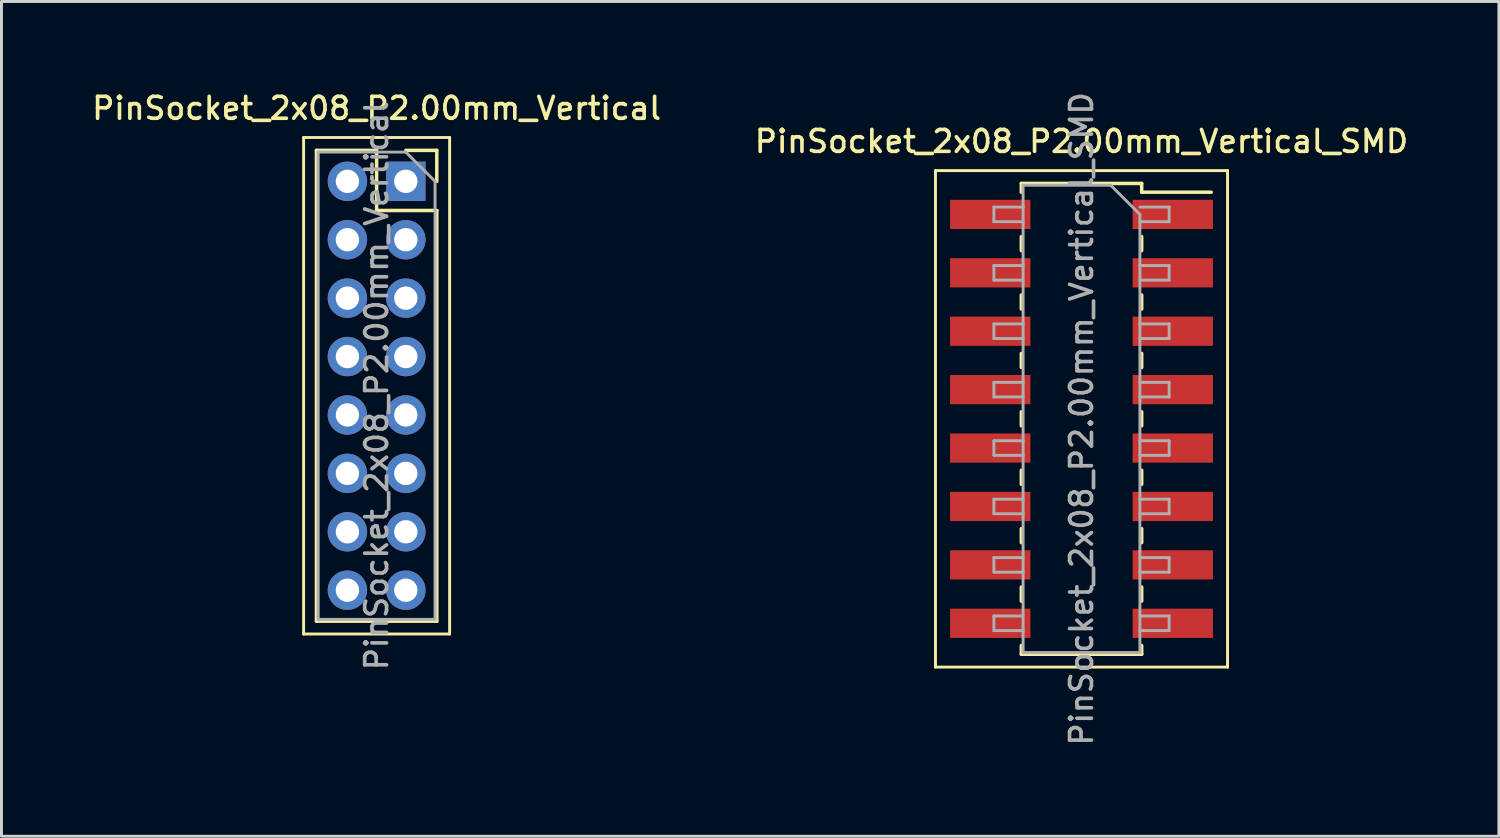
<source format=kicad_pcb>
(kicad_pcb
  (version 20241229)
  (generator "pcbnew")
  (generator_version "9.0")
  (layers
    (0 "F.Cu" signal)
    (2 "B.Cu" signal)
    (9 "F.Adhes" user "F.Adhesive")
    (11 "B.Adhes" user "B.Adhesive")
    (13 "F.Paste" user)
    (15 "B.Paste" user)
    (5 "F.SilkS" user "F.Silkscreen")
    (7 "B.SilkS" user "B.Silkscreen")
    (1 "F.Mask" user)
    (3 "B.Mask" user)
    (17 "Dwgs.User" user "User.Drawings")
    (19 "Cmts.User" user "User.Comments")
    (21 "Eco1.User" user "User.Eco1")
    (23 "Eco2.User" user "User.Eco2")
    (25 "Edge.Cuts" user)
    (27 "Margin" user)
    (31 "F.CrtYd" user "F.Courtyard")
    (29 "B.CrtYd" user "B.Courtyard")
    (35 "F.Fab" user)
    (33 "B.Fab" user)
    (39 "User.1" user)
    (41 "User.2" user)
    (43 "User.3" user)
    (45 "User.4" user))
  (footprint "PinSocket_2x08_P2.00mm_Vertical_SMD"
    (layer "F.Cu")
    (at 33.98 11.291)
    (property "Reference" "PinSocket_2x08_P2.00mm_Vertical_SMD" (at 0 -9.5 0) (layer "F.SilkS") (effects (font (size 0.75 0.75) (thickness 0.125))))
    (attr smd)
    (fp_line (start -5 -8.5) (end 5 -8.5) (stroke (width 0.1) (type solid)) (layer "F.SilkS"))
    (fp_line (start -5 8.5) (end -5 -8.5) (stroke (width 0.1) (type solid)) (layer "F.SilkS"))
    (fp_line (start -2.06 -8.06) (end -2.06 -7.76) (stroke (width 0.12) (type solid)) (layer "F.SilkS"))
    (fp_line (start -2.06 -8.06) (end 2.06 -8.06) (stroke (width 0.12) (type solid)) (layer "F.SilkS"))
    (fp_line (start -2.06 -6.24) (end -2.06 -5.76) (stroke (width 0.12) (type solid)) (layer "F.SilkS"))
    (fp_line (start -2.06 -4.24) (end -2.06 -3.76) (stroke (width 0.12) (type solid)) (layer "F.SilkS"))
    (fp_line (start -2.06 -2.24) (end -2.06 -1.76) (stroke (width 0.12) (type solid)) (layer "F.SilkS"))
    (fp_line (start -2.06 -0.24) (end -2.06 0.24) (stroke (width 0.12) (type solid)) (layer "F.SilkS"))
    (fp_line (start -2.06 1.76) (end -2.06 2.24) (stroke (width 0.12) (type solid)) (layer "F.SilkS"))
    (fp_line (start -2.06 3.76) (end -2.06 4.24) (stroke (width 0.12) (type solid)) (layer "F.SilkS"))
    (fp_line (start -2.06 5.76) (end -2.06 6.24) (stroke (width 0.12) (type solid)) (layer "F.SilkS"))
    (fp_line (start -2.06 7.76) (end -2.06 8.06) (stroke (width 0.12) (type solid)) (layer "F.SilkS"))
    (fp_line (start -2.06 8.06) (end 2.06 8.06) (stroke (width 0.12) (type solid)) (layer "F.SilkS"))
    (fp_line (start 2.06 -8.06) (end 2.06 -7.76) (stroke (width 0.12) (type solid)) (layer "F.SilkS"))
    (fp_line (start 2.06 -7.76) (end 4.44 -7.76) (stroke (width 0.12) (type solid)) (layer "F.SilkS"))
    (fp_line (start 2.06 -6.24) (end 2.06 -5.76) (stroke (width 0.12) (type solid)) (layer "F.SilkS"))
    (fp_line (start 2.06 -4.24) (end 2.06 -3.76) (stroke (width 0.12) (type solid)) (layer "F.SilkS"))
    (fp_line (start 2.06 -2.24) (end 2.06 -1.76) (stroke (width 0.12) (type solid)) (layer "F.SilkS"))
    (fp_line (start 2.06 -0.24) (end 2.06 0.24) (stroke (width 0.12) (type solid)) (layer "F.SilkS"))
    (fp_line (start 2.06 1.76) (end 2.06 2.24) (stroke (width 0.12) (type solid)) (layer "F.SilkS"))
    (fp_line (start 2.06 3.76) (end 2.06 4.24) (stroke (width 0.12) (type solid)) (layer "F.SilkS"))
    (fp_line (start 2.06 5.76) (end 2.06 6.24) (stroke (width 0.12) (type solid)) (layer "F.SilkS"))
    (fp_line (start 2.06 7.76) (end 2.06 8.06) (stroke (width 0.12) (type solid)) (layer "F.SilkS"))
    (fp_line (start 5 -8.5) (end 5 8.5) (stroke (width 0.1) (type solid)) (layer "F.SilkS"))
    (fp_line (start 5 8.5) (end -5 8.5) (stroke (width 0.1) (type solid)) (layer "F.SilkS"))
    (fp_line (start -3 -7.25) (end -2 -7.25) (stroke (width 0.1) (type solid)) (layer "F.Fab"))
    (fp_line (start -3 -6.75) (end -3 -7.25) (stroke (width 0.1) (type solid)) (layer "F.Fab"))
    (fp_line (start -3 -5.25) (end -2 -5.25) (stroke (width 0.1) (type solid)) (layer "F.Fab"))
    (fp_line (start -3 -4.75) (end -3 -5.25) (stroke (width 0.1) (type solid)) (layer "F.Fab"))
    (fp_line (start -3 -3.25) (end -2 -3.25) (stroke (width 0.1) (type solid)) (layer "F.Fab"))
    (fp_line (start -3 -2.75) (end -3 -3.25) (stroke (width 0.1) (type solid)) (layer "F.Fab"))
    (fp_line (start -3 -1.25) (end -2 -1.25) (stroke (width 0.1) (type solid)) (layer "F.Fab"))
    (fp_line (start -3 -0.75) (end -3 -1.25) (stroke (width 0.1) (type solid)) (layer "F.Fab"))
    (fp_line (start -3 0.75) (end -2 0.75) (stroke (width 0.1) (type solid)) (layer "F.Fab"))
    (fp_line (start -3 1.25) (end -3 0.75) (stroke (width 0.1) (type solid)) (layer "F.Fab"))
    (fp_line (start -3 2.75) (end -2 2.75) (stroke (width 0.1) (type solid)) (layer "F.Fab"))
    (fp_line (start -3 3.25) (end -3 2.75) (stroke (width 0.1) (type solid)) (layer "F.Fab"))
    (fp_line (start -3 4.75) (end -2 4.75) (stroke (width 0.1) (type solid)) (layer "F.Fab"))
    (fp_line (start -3 5.25) (end -3 4.75) (stroke (width 0.1) (type solid)) (layer "F.Fab"))
    (fp_line (start -3 6.75) (end -2 6.75) (stroke (width 0.1) (type solid)) (layer "F.Fab"))
    (fp_line (start -3 7.25) (end -3 6.75) (stroke (width 0.1) (type solid)) (layer "F.Fab"))
    (fp_line (start -2 -8) (end 1 -8) (stroke (width 0.1) (type solid)) (layer "F.Fab"))
    (fp_line (start -2 -6.75) (end -3 -6.75) (stroke (width 0.1) (type solid)) (layer "F.Fab"))
    (fp_line (start -2 -4.75) (end -3 -4.75) (stroke (width 0.1) (type solid)) (layer "F.Fab"))
    (fp_line (start -2 -2.75) (end -3 -2.75) (stroke (width 0.1) (type solid)) (layer "F.Fab"))
    (fp_line (start -2 -0.75) (end -3 -0.75) (stroke (width 0.1) (type solid)) (layer "F.Fab"))
    (fp_line (start -2 1.25) (end -3 1.25) (stroke (width 0.1) (type solid)) (layer "F.Fab"))
    (fp_line (start -2 3.25) (end -3 3.25) (stroke (width 0.1) (type solid)) (layer "F.Fab"))
    (fp_line (start -2 5.25) (end -3 5.25) (stroke (width 0.1) (type solid)) (layer "F.Fab"))
    (fp_line (start -2 7.25) (end -3 7.25) (stroke (width 0.1) (type solid)) (layer "F.Fab"))
    (fp_line (start -2 8) (end -2 -8) (stroke (width 0.1) (type solid)) (layer "F.Fab"))
    (fp_line (start 1 -8) (end 2 -7) (stroke (width 0.1) (type solid)) (layer "F.Fab"))
    (fp_line (start 2 -7.25) (end 3 -7.25) (stroke (width 0.1) (type solid)) (layer "F.Fab"))
    (fp_line (start 2 -7) (end 2 8) (stroke (width 0.1) (type solid)) (layer "F.Fab"))
    (fp_line (start 2 -5.25) (end 3 -5.25) (stroke (width 0.1) (type solid)) (layer "F.Fab"))
    (fp_line (start 2 -3.25) (end 3 -3.25) (stroke (width 0.1) (type solid)) (layer "F.Fab"))
    (fp_line (start 2 -1.25) (end 3 -1.25) (stroke (width 0.1) (type solid)) (layer "F.Fab"))
    (fp_line (start 2 0.75) (end 3 0.75) (stroke (width 0.1) (type solid)) (layer "F.Fab"))
    (fp_line (start 2 2.75) (end 3 2.75) (stroke (width 0.1) (type solid)) (layer "F.Fab"))
    (fp_line (start 2 4.75) (end 3 4.75) (stroke (width 0.1) (type solid)) (layer "F.Fab"))
    (fp_line (start 2 6.75) (end 3 6.75) (stroke (width 0.1) (type solid)) (layer "F.Fab"))
    (fp_line (start 2 8) (end -2 8) (stroke (width 0.1) (type solid)) (layer "F.Fab"))
    (fp_line (start 3 -7.25) (end 3 -6.75) (stroke (width 0.1) (type solid)) (layer "F.Fab"))
    (fp_line (start 3 -6.75) (end 2 -6.75) (stroke (width 0.1) (type solid)) (layer "F.Fab"))
    (fp_line (start 3 -5.25) (end 3 -4.75) (stroke (width 0.1) (type solid)) (layer "F.Fab"))
    (fp_line (start 3 -4.75) (end 2 -4.75) (stroke (width 0.1) (type solid)) (layer "F.Fab"))
    (fp_line (start 3 -3.25) (end 3 -2.75) (stroke (width 0.1) (type solid)) (layer "F.Fab"))
    (fp_line (start 3 -2.75) (end 2 -2.75) (stroke (width 0.1) (type solid)) (layer "F.Fab"))
    (fp_line (start 3 -1.25) (end 3 -0.75) (stroke (width 0.1) (type solid)) (layer "F.Fab"))
    (fp_line (start 3 -0.75) (end 2 -0.75) (stroke (width 0.1) (type solid)) (layer "F.Fab"))
    (fp_line (start 3 0.75) (end 3 1.25) (stroke (width 0.1) (type solid)) (layer "F.Fab"))
    (fp_line (start 3 1.25) (end 2 1.25) (stroke (width 0.1) (type solid)) (layer "F.Fab"))
    (fp_line (start 3 2.75) (end 3 3.25) (stroke (width 0.1) (type solid)) (layer "F.Fab"))
    (fp_line (start 3 3.25) (end 2 3.25) (stroke (width 0.1) (type solid)) (layer "F.Fab"))
    (fp_line (start 3 4.75) (end 3 5.25) (stroke (width 0.1) (type solid)) (layer "F.Fab"))
    (fp_line (start 3 5.25) (end 2 5.25) (stroke (width 0.1) (type solid)) (layer "F.Fab"))
    (fp_line (start 3 6.75) (end 3 7.25) (stroke (width 0.1) (type solid)) (layer "F.Fab"))
    (fp_line (start 3 7.25) (end 2 7.25) (stroke (width 0.1) (type solid)) (layer "F.Fab"))
    (fp_text user "${REFERENCE}" (at 0 0 90) (layer "F.Fab") (effects (font (size 0.75 0.75) (thickness 0.125))))
    (pad "1" smd rect (at 3.125 -7) (size 2.75 1) (layers "F.Cu" "F.Mask" "F.Paste"))
    (pad "2" smd rect (at -3.125 -7) (size 2.75 1) (layers "F.Cu" "F.Mask" "F.Paste"))
    (pad "3" smd rect (at 3.125 -5) (size 2.75 1) (layers "F.Cu" "F.Mask" "F.Paste"))
    (pad "4" smd rect (at -3.125 -5) (size 2.75 1) (layers "F.Cu" "F.Mask" "F.Paste"))
    (pad "5" smd rect (at 3.125 -3) (size 2.75 1) (layers "F.Cu" "F.Mask" "F.Paste"))
    (pad "6" smd rect (at -3.125 -3) (size 2.75 1) (layers "F.Cu" "F.Mask" "F.Paste"))
    (pad "7" smd rect (at 3.125 -1) (size 2.75 1) (layers "F.Cu" "F.Mask" "F.Paste"))
    (pad "8" smd rect (at -3.125 -1) (size 2.75 1) (layers "F.Cu" "F.Mask" "F.Paste"))
    (pad "9" smd rect (at 3.125 1) (size 2.75 1) (layers "F.Cu" "F.Mask" "F.Paste"))
    (pad "10" smd rect (at -3.125 1) (size 2.75 1) (layers "F.Cu" "F.Mask" "F.Paste"))
    (pad "11" smd rect (at 3.125 3) (size 2.75 1) (layers "F.Cu" "F.Mask" "F.Paste"))
    (pad "12" smd rect (at -3.125 3) (size 2.75 1) (layers "F.Cu" "F.Mask" "F.Paste"))
    (pad "13" smd rect (at 3.125 5) (size 2.75 1) (layers "F.Cu" "F.Mask" "F.Paste"))
    (pad "14" smd rect (at -3.125 5) (size 2.75 1) (layers "F.Cu" "F.Mask" "F.Paste"))
    (pad "15" smd rect (at 3.125 7) (size 2.75 1) (layers "F.Cu" "F.Mask" "F.Paste"))
    (pad "16" smd rect (at -3.125 7) (size 2.75 1) (layers "F.Cu" "F.Mask" "F.Paste")))
  (footprint "PinSocket_2x08_P2.00mm_Vertical"
    (layer "F.Cu")
    (at 10.845 3.158)
    (property "Reference" "PinSocket_2x08_P2.00mm_Vertical" (at -1 -2.5 0) (layer "F.SilkS") (effects (font (size 0.75 0.75) (thickness 0.125))))
    (attr through_hole)
    (fp_line (start -3.5 -1.5) (end 1.5 -1.5) (stroke (width 0.1) (type solid)) (layer "F.SilkS"))
    (fp_line (start -3.5 15.5) (end -3.5 -1.5) (stroke (width 0.1) (type solid)) (layer "F.SilkS"))
    (fp_line (start -3.06 -1.06) (end -3.06 15.06) (stroke (width 0.12) (type solid)) (layer "F.SilkS"))
    (fp_line (start -3.06 -1.06) (end -1 -1.06) (stroke (width 0.12) (type solid)) (layer "F.SilkS"))
    (fp_line (start -3.06 15.06) (end 1.06 15.06) (stroke (width 0.12) (type solid)) (layer "F.SilkS"))
    (fp_line (start -1 -1.06) (end -1 1) (stroke (width 0.12) (type solid)) (layer "F.SilkS"))
    (fp_line (start -1 1) (end 1.06 1) (stroke (width 0.12) (type solid)) (layer "F.SilkS"))
    (fp_line (start 0 -1.06) (end 1.06 -1.06) (stroke (width 0.12) (type solid)) (layer "F.SilkS"))
    (fp_line (start 1.06 -1.06) (end 1.06 0) (stroke (width 0.12) (type solid)) (layer "F.SilkS"))
    (fp_line (start 1.06 1) (end 1.06 15.06) (stroke (width 0.12) (type solid)) (layer "F.SilkS"))
    (fp_line (start 1.5 -1.5) (end 1.5 15.5) (stroke (width 0.1) (type solid)) (layer "F.SilkS"))
    (fp_line (start 1.5 15.5) (end -3.5 15.5) (stroke (width 0.1) (type solid)) (layer "F.SilkS"))
    (fp_line (start -3 -1) (end 0 -1) (stroke (width 0.1) (type solid)) (layer "F.Fab"))
    (fp_line (start -3 15) (end -3 -1) (stroke (width 0.1) (type solid)) (layer "F.Fab"))
    (fp_line (start 0 -1) (end 1 0) (stroke (width 0.1) (type solid)) (layer "F.Fab"))
    (fp_line (start 1 0) (end 1 15) (stroke (width 0.1) (type solid)) (layer "F.Fab"))
    (fp_line (start 1 15) (end -3 15) (stroke (width 0.1) (type solid)) (layer "F.Fab"))
    (fp_text user "${REFERENCE}" (at -1 7 90) (layer "F.Fab") (effects (font (size 0.75 0.75) (thickness 0.125))))
    (pad "1" thru_hole rect (at 0 0) (size 1.35 1.35) (drill 0.8) (layers "*.Cu" "*.Mask"))
    (pad "2" thru_hole oval (at -2 0) (size 1.35 1.35) (drill 0.8) (layers "*.Cu" "*.Mask"))
    (pad "3" thru_hole oval (at 0 2) (size 1.35 1.35) (drill 0.8) (layers "*.Cu" "*.Mask"))
    (pad "4" thru_hole oval (at -2 2) (size 1.35 1.35) (drill 0.8) (layers "*.Cu" "*.Mask"))
    (pad "5" thru_hole oval (at 0 4) (size 1.35 1.35) (drill 0.8) (layers "*.Cu" "*.Mask"))
    (pad "6" thru_hole oval (at -2 4) (size 1.35 1.35) (drill 0.8) (layers "*.Cu" "*.Mask"))
    (pad "7" thru_hole oval (at 0 6) (size 1.35 1.35) (drill 0.8) (layers "*.Cu" "*.Mask"))
    (pad "8" thru_hole oval (at -2 6) (size 1.35 1.35) (drill 0.8) (layers "*.Cu" "*.Mask"))
    (pad "9" thru_hole oval (at 0 8) (size 1.35 1.35) (drill 0.8) (layers "*.Cu" "*.Mask"))
    (pad "10" thru_hole oval (at -2 8) (size 1.35 1.35) (drill 0.8) (layers "*.Cu" "*.Mask"))
    (pad "11" thru_hole oval (at 0 10) (size 1.35 1.35) (drill 0.8) (layers "*.Cu" "*.Mask"))
    (pad "12" thru_hole oval (at -2 10) (size 1.35 1.35) (drill 0.8) (layers "*.Cu" "*.Mask"))
    (pad "13" thru_hole oval (at 0 12) (size 1.35 1.35) (drill 0.8) (layers "*.Cu" "*.Mask"))
    (pad "14" thru_hole oval (at -2 12) (size 1.35 1.35) (drill 0.8) (layers "*.Cu" "*.Mask"))
    (pad "15" thru_hole oval (at 0 14) (size 1.35 1.35) (drill 0.8) (layers "*.Cu" "*.Mask"))
    (pad "16" thru_hole oval (at -2 14) (size 1.35 1.35) (drill 0.8) (layers "*.Cu" "*.Mask")))
  (gr_rect
    (start -3 -3)
    (end 48.271 25.582)
    (stroke (width 0.1) (type default))
    (fill no)
    (layer "Edge.Cuts")))
</source>
